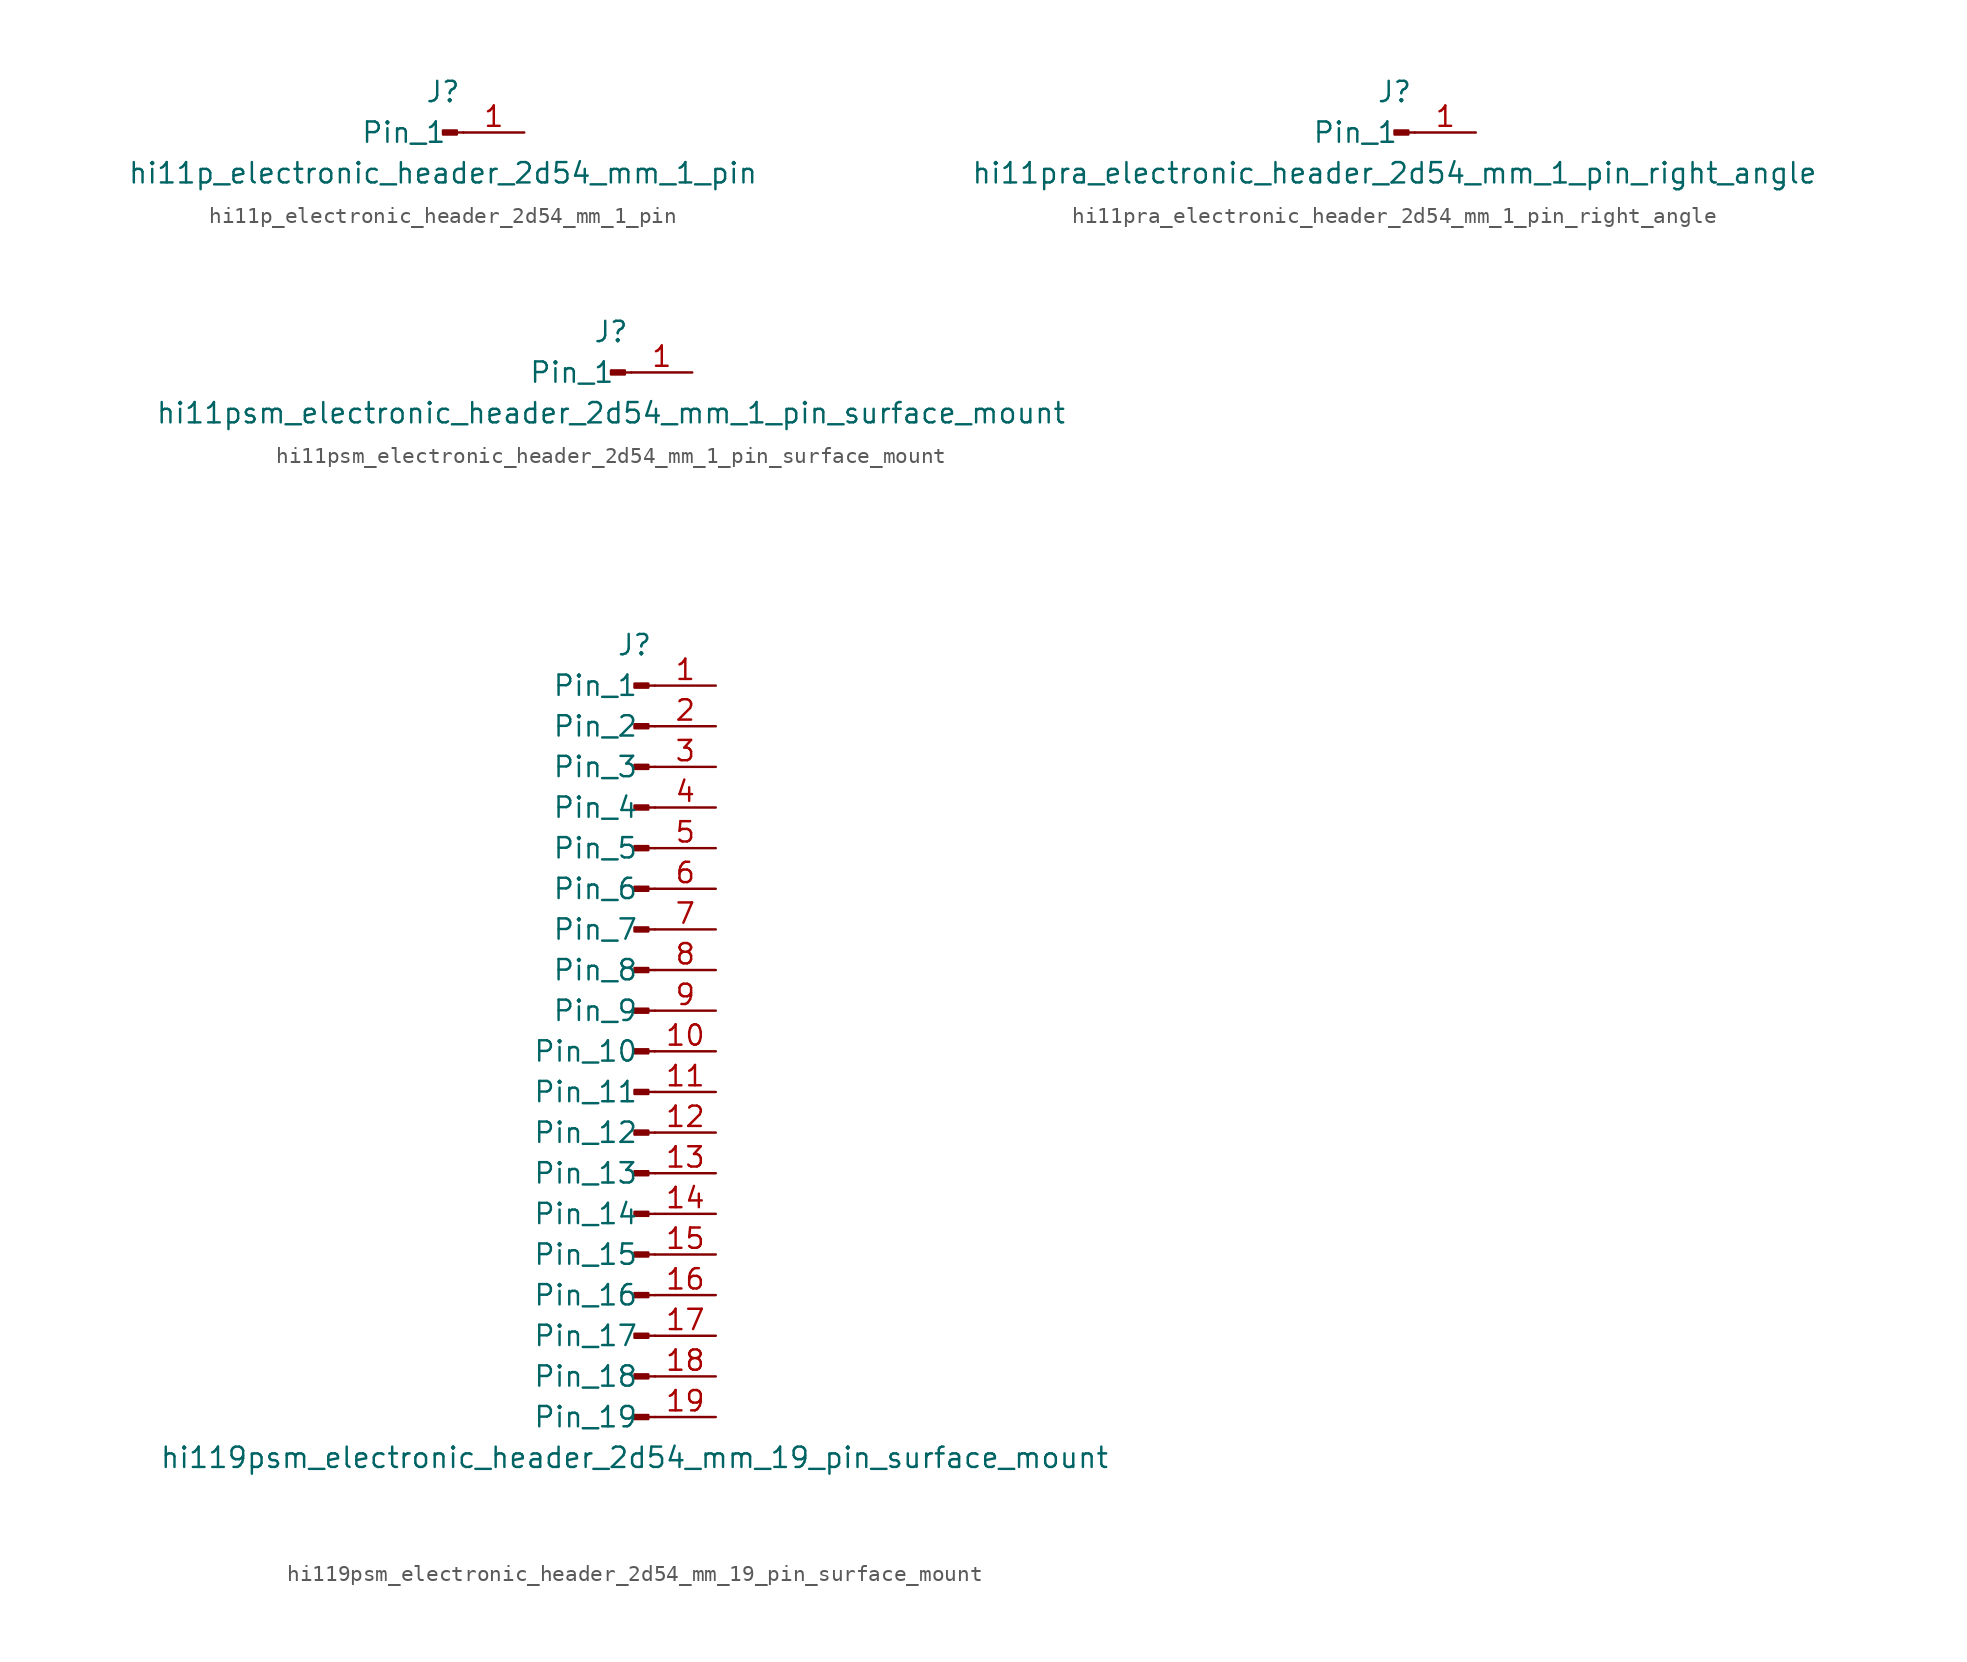
<source format=kicad_sym>
(kicad_symbol_lib
  (version 20220914)
  (generator kicad_symbol_editor)
  (symbol "hi11p_electronic_header_2d54_mm_1_pin"
    (pin_names
      (offset 1.016))
    (property "Reference" "J"
      (at 0 2.54 0)
      (effects (font (size 1.27 1.27))))
    (property "Value" "hi11p_electronic_header_2d54_mm_1_pin"
      (at 0 -2.54 0)
      (effects (font (size 1.27 1.27))))
    (property "ki_locked" ""
      (at 0 0 0)
      (effects (font (size 1.27 1.27))))
    (symbol "hi11p_electronic_header_2d54_mm_1_pin_1_1"
      (polyline (pts (xy 1.27 0) (xy 0.864 0)) (stroke (width 0.152) (type default)) (fill (type none)))
      (rectangle (start 0.864 0.127) (end 0 -0.127) (stroke (width 0.152) (type default)) (fill (type outline)))
      (pin passive line (at 5.08 0 180) (length 3.81) (name "Pin_1" (effects (font (size 1.27 1.27)))) (number "1" (effects (font (size 1.27 1.27)))))))
  (symbol "hi11pra_electronic_header_2d54_mm_1_pin_right_angle"
    (pin_names
      (offset 1.016))
    (property "Reference" "J"
      (at 0 2.54 0)
      (effects (font (size 1.27 1.27))))
    (property "Value" "hi11pra_electronic_header_2d54_mm_1_pin_right_angle"
      (at 0 -2.54 0)
      (effects (font (size 1.27 1.27))))
    (property "ki_locked" ""
      (at 0 0 0)
      (effects (font (size 1.27 1.27))))
    (symbol "hi11pra_electronic_header_2d54_mm_1_pin_right_angle_1_1"
      (polyline (pts (xy 1.27 0) (xy 0.864 0)) (stroke (width 0.152) (type default)) (fill (type none)))
      (rectangle (start 0.864 0.127) (end 0 -0.127) (stroke (width 0.152) (type default)) (fill (type outline)))
      (pin passive line (at 5.08 0 180) (length 3.81) (name "Pin_1" (effects (font (size 1.27 1.27)))) (number "1" (effects (font (size 1.27 1.27)))))))
  (symbol "hi11psm_electronic_header_2d54_mm_1_pin_surface_mount"
    (pin_names
      (offset 1.016))
    (property "Reference" "J"
      (at 0 2.54 0)
      (effects (font (size 1.27 1.27))))
    (property "Value" "hi11psm_electronic_header_2d54_mm_1_pin_surface_mount"
      (at 0 -2.54 0)
      (effects (font (size 1.27 1.27))))
    (property "ki_locked" ""
      (at 0 0 0)
      (effects (font (size 1.27 1.27))))
    (symbol "hi11psm_electronic_header_2d54_mm_1_pin_surface_mount_1_1"
      (polyline (pts (xy 1.27 0) (xy 0.864 0)) (stroke (width 0.152) (type default)) (fill (type none)))
      (rectangle (start 0.864 0.127) (end 0 -0.127) (stroke (width 0.152) (type default)) (fill (type outline)))
      (pin passive line (at 5.08 0 180) (length 3.81) (name "Pin_1" (effects (font (size 1.27 1.27)))) (number "1" (effects (font (size 1.27 1.27)))))))
  (symbol "hi119psm_electronic_header_2d54_mm_19_pin_surface_mount"
    (pin_names
      (offset 1.016))
    (property "Reference" "J"
      (at 0 25.4 0)
      (effects (font (size 1.27 1.27))))
    (property "Value" "hi119psm_electronic_header_2d54_mm_19_pin_surface_mount"
      (at 0 -25.4 0)
      (effects (font (size 1.27 1.27))))
    (property "ki_locked" ""
      (at 0 0 0)
      (effects (font (size 1.27 1.27))))
    (symbol "hi119psm_electronic_header_2d54_mm_19_pin_surface_mount_1_1"
      (polyline (pts (xy 1.27 -22.86) (xy 0.864 -22.86)) (stroke (width 0.152) (type default)) (fill (type none)))
      (polyline (pts (xy 1.27 -20.32) (xy 0.864 -20.32)) (stroke (width 0.152) (type default)) (fill (type none)))
      (polyline (pts (xy 1.27 -17.78) (xy 0.864 -17.78)) (stroke (width 0.152) (type default)) (fill (type none)))
      (polyline (pts (xy 1.27 -15.24) (xy 0.864 -15.24)) (stroke (width 0.152) (type default)) (fill (type none)))
      (polyline (pts (xy 1.27 -12.7) (xy 0.864 -12.7)) (stroke (width 0.152) (type default)) (fill (type none)))
      (polyline (pts (xy 1.27 -10.16) (xy 0.864 -10.16)) (stroke (width 0.152) (type default)) (fill (type none)))
      (polyline (pts (xy 1.27 -7.62) (xy 0.864 -7.62)) (stroke (width 0.152) (type default)) (fill (type none)))
      (polyline (pts (xy 1.27 -5.08) (xy 0.864 -5.08)) (stroke (width 0.152) (type default)) (fill (type none)))
      (polyline (pts (xy 1.27 -2.54) (xy 0.864 -2.54)) (stroke (width 0.152) (type default)) (fill (type none)))
      (polyline (pts (xy 1.27 0) (xy 0.864 0)) (stroke (width 0.152) (type default)) (fill (type none)))
      (polyline (pts (xy 1.27 2.54) (xy 0.864 2.54)) (stroke (width 0.152) (type default)) (fill (type none)))
      (polyline (pts (xy 1.27 5.08) (xy 0.864 5.08)) (stroke (width 0.152) (type default)) (fill (type none)))
      (polyline (pts (xy 1.27 7.62) (xy 0.864 7.62)) (stroke (width 0.152) (type default)) (fill (type none)))
      (polyline (pts (xy 1.27 10.16) (xy 0.864 10.16)) (stroke (width 0.152) (type default)) (fill (type none)))
      (polyline (pts (xy 1.27 12.7) (xy 0.864 12.7)) (stroke (width 0.152) (type default)) (fill (type none)))
      (polyline (pts (xy 1.27 15.24) (xy 0.864 15.24)) (stroke (width 0.152) (type default)) (fill (type none)))
      (polyline (pts (xy 1.27 17.78) (xy 0.864 17.78)) (stroke (width 0.152) (type default)) (fill (type none)))
      (polyline (pts (xy 1.27 20.32) (xy 0.864 20.32)) (stroke (width 0.152) (type default)) (fill (type none)))
      (polyline (pts (xy 1.27 22.86) (xy 0.864 22.86)) (stroke (width 0.152) (type default)) (fill (type none)))
      (rectangle (start 0.864 -22.733) (end 0 -22.987) (stroke (width 0.152) (type default)) (fill (type outline)))
      (rectangle (start 0.864 -20.193) (end 0 -20.447) (stroke (width 0.152) (type default)) (fill (type outline)))
      (rectangle (start 0.864 -17.653) (end 0 -17.907) (stroke (width 0.152) (type default)) (fill (type outline)))
      (rectangle (start 0.864 -15.113) (end 0 -15.367) (stroke (width 0.152) (type default)) (fill (type outline)))
      (rectangle (start 0.864 -12.573) (end 0 -12.827) (stroke (width 0.152) (type default)) (fill (type outline)))
      (rectangle (start 0.864 -10.033) (end 0 -10.287) (stroke (width 0.152) (type default)) (fill (type outline)))
      (rectangle (start 0.864 -7.493) (end 0 -7.747) (stroke (width 0.152) (type default)) (fill (type outline)))
      (rectangle (start 0.864 -4.953) (end 0 -5.207) (stroke (width 0.152) (type default)) (fill (type outline)))
      (rectangle (start 0.864 -2.413) (end 0 -2.667) (stroke (width 0.152) (type default)) (fill (type outline)))
      (rectangle (start 0.864 0.127) (end 0 -0.127) (stroke (width 0.152) (type default)) (fill (type outline)))
      (rectangle (start 0.864 2.667) (end 0 2.413) (stroke (width 0.152) (type default)) (fill (type outline)))
      (rectangle (start 0.864 5.207) (end 0 4.953) (stroke (width 0.152) (type default)) (fill (type outline)))
      (rectangle (start 0.864 7.747) (end 0 7.493) (stroke (width 0.152) (type default)) (fill (type outline)))
      (rectangle (start 0.864 10.287) (end 0 10.033) (stroke (width 0.152) (type default)) (fill (type outline)))
      (rectangle (start 0.864 12.827) (end 0 12.573) (stroke (width 0.152) (type default)) (fill (type outline)))
      (rectangle (start 0.864 15.367) (end 0 15.113) (stroke (width 0.152) (type default)) (fill (type outline)))
      (rectangle (start 0.864 17.907) (end 0 17.653) (stroke (width 0.152) (type default)) (fill (type outline)))
      (rectangle (start 0.864 20.447) (end 0 20.193) (stroke (width 0.152) (type default)) (fill (type outline)))
      (rectangle (start 0.864 22.987) (end 0 22.733) (stroke (width 0.152) (type default)) (fill (type outline)))
      (pin passive line (at 5.08 22.86 180) (length 3.81) (name "Pin_1" (effects (font (size 1.27 1.27)))) (number "1" (effects (font (size 1.27 1.27)))))
      (pin passive line (at 5.08 0 180) (length 3.81) (name "Pin_10" (effects (font (size 1.27 1.27)))) (number "10" (effects (font (size 1.27 1.27)))))
      (pin passive line (at 5.08 -2.54 180) (length 3.81) (name "Pin_11" (effects (font (size 1.27 1.27)))) (number "11" (effects (font (size 1.27 1.27)))))
      (pin passive line (at 5.08 -5.08 180) (length 3.81) (name "Pin_12" (effects (font (size 1.27 1.27)))) (number "12" (effects (font (size 1.27 1.27)))))
      (pin passive line (at 5.08 -7.62 180) (length 3.81) (name "Pin_13" (effects (font (size 1.27 1.27)))) (number "13" (effects (font (size 1.27 1.27)))))
      (pin passive line (at 5.08 -10.16 180) (length 3.81) (name "Pin_14" (effects (font (size 1.27 1.27)))) (number "14" (effects (font (size 1.27 1.27)))))
      (pin passive line (at 5.08 -12.7 180) (length 3.81) (name "Pin_15" (effects (font (size 1.27 1.27)))) (number "15" (effects (font (size 1.27 1.27)))))
      (pin passive line (at 5.08 -15.24 180) (length 3.81) (name "Pin_16" (effects (font (size 1.27 1.27)))) (number "16" (effects (font (size 1.27 1.27)))))
      (pin passive line (at 5.08 -17.78 180) (length 3.81) (name "Pin_17" (effects (font (size 1.27 1.27)))) (number "17" (effects (font (size 1.27 1.27)))))
      (pin passive line (at 5.08 -20.32 180) (length 3.81) (name "Pin_18" (effects (font (size 1.27 1.27)))) (number "18" (effects (font (size 1.27 1.27)))))
      (pin passive line (at 5.08 -22.86 180) (length 3.81) (name "Pin_19" (effects (font (size 1.27 1.27)))) (number "19" (effects (font (size 1.27 1.27)))))
      (pin passive line (at 5.08 20.32 180) (length 3.81) (name "Pin_2" (effects (font (size 1.27 1.27)))) (number "2" (effects (font (size 1.27 1.27)))))
      (pin passive line (at 5.08 17.78 180) (length 3.81) (name "Pin_3" (effects (font (size 1.27 1.27)))) (number "3" (effects (font (size 1.27 1.27)))))
      (pin passive line (at 5.08 15.24 180) (length 3.81) (name "Pin_4" (effects (font (size 1.27 1.27)))) (number "4" (effects (font (size 1.27 1.27)))))
      (pin passive line (at 5.08 12.7 180) (length 3.81) (name "Pin_5" (effects (font (size 1.27 1.27)))) (number "5" (effects (font (size 1.27 1.27)))))
      (pin passive line (at 5.08 10.16 180) (length 3.81) (name "Pin_6" (effects (font (size 1.27 1.27)))) (number "6" (effects (font (size 1.27 1.27)))))
      (pin passive line (at 5.08 7.62 180) (length 3.81) (name "Pin_7" (effects (font (size 1.27 1.27)))) (number "7" (effects (font (size 1.27 1.27)))))
      (pin passive line (at 5.08 5.08 180) (length 3.81) (name "Pin_8" (effects (font (size 1.27 1.27)))) (number "8" (effects (font (size 1.27 1.27)))))
      (pin passive line (at 5.08 2.54 180) (length 3.81) (name "Pin_9" (effects (font (size 1.27 1.27)))) (number "9" (effects (font (size 1.27 1.27))))))))
</source>
